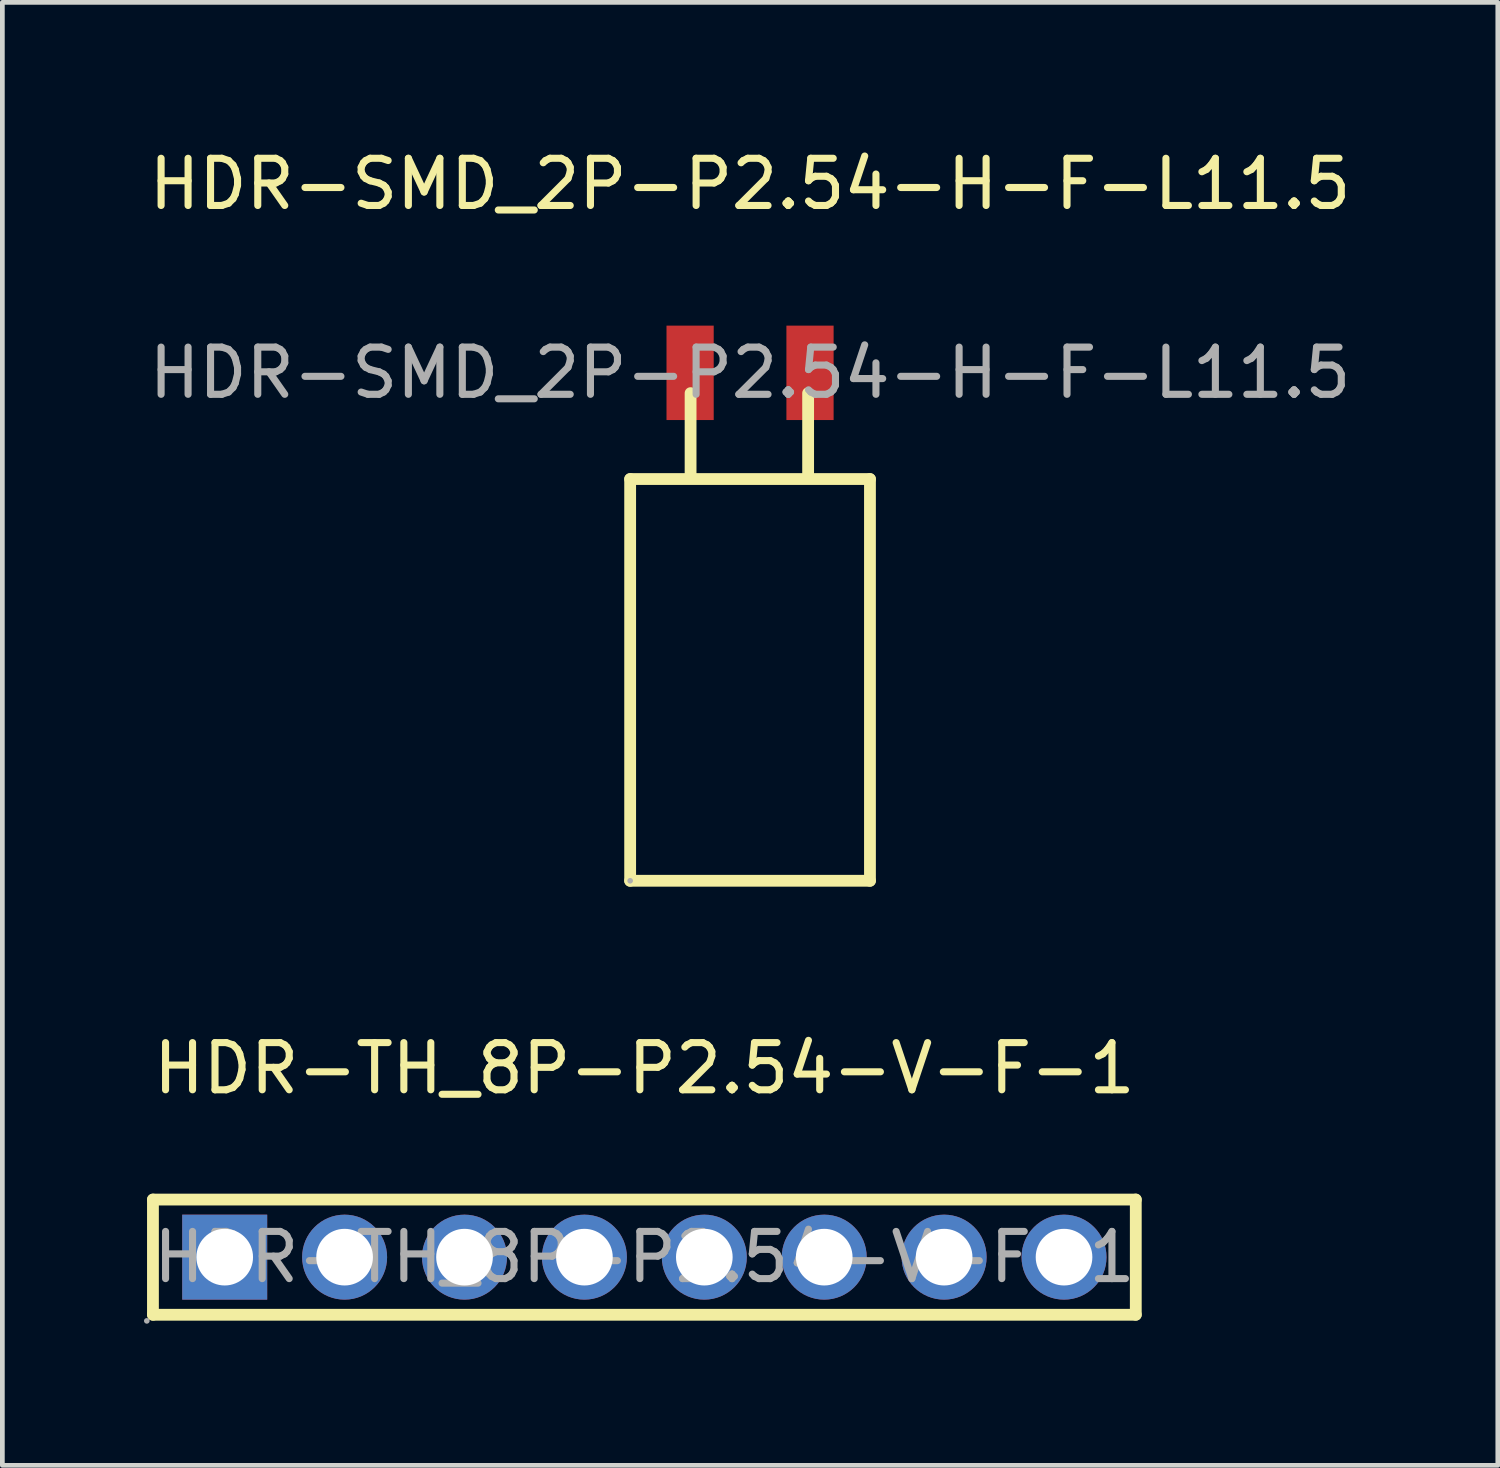
<source format=kicad_pcb>
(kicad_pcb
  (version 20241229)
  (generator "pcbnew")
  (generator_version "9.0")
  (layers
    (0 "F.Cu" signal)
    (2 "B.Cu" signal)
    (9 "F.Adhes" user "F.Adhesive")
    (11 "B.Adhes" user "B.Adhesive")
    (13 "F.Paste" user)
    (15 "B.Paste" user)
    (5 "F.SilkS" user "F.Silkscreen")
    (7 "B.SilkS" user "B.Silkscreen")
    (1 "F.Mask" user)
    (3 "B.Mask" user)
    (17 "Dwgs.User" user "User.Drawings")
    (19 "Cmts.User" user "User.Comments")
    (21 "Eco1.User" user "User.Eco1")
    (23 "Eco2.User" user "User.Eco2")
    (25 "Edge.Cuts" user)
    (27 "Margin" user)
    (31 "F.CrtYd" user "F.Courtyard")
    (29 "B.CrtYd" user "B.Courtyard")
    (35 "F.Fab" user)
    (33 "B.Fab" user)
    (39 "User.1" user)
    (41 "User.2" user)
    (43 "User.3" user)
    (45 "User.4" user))
  (footprint "HDR-TH_8P-P2.54-V-F-1"
    (layer "F.Cu")
    (at 10.6 23.581)
    (property "Reference" "HDR-TH_8P-P2.54-V-F-1" (at 0 -4 0) (layer "F.SilkS") (effects (font (size 1 1) (thickness 0.15))))
    (attr through_hole)
    (fp_line (start -10.41 -1.22) (end 10.41 -1.22) (stroke (width 0.25) (type solid)) (layer "F.SilkS"))
    (fp_line (start -10.41 1.22) (end -10.41 -1.22) (stroke (width 0.25) (type solid)) (layer "F.SilkS"))
    (fp_line (start 10.41 -1.22) (end 10.41 1.22) (stroke (width 0.25) (type solid)) (layer "F.SilkS"))
    (fp_line (start 10.41 1.22) (end -10.41 1.22) (stroke (width 0.25) (type solid)) (layer "F.SilkS"))
    (fp_circle (center -10.54 1.35) (end -10.51 1.35) (stroke (width 0.06) (type solid)) (fill no) (layer "F.Fab"))
    (fp_circle (center -8.89 0) (end -8.64 0) (stroke (width 0.5) (type solid)) (fill no) (layer "F.Fab"))
    (fp_circle (center -6.35 0) (end -6.1 0) (stroke (width 0.5) (type solid)) (fill no) (layer "F.Fab"))
    (fp_circle (center -3.81 0) (end -3.56 0) (stroke (width 0.5) (type solid)) (fill no) (layer "F.Fab"))
    (fp_circle (center -1.27 0) (end -1.02 0) (stroke (width 0.5) (type solid)) (fill no) (layer "F.Fab"))
    (fp_circle (center 1.27 0) (end 1.52 0) (stroke (width 0.5) (type solid)) (fill no) (layer "F.Fab"))
    (fp_circle (center 3.81 0) (end 4.06 0) (stroke (width 0.5) (type solid)) (fill no) (layer "F.Fab"))
    (fp_circle (center 6.35 0) (end 6.6 0) (stroke (width 0.5) (type solid)) (fill no) (layer "F.Fab"))
    (fp_circle (center 8.89 0) (end 9.14 0) (stroke (width 0.5) (type solid)) (fill no) (layer "F.Fab"))
    (fp_text user "${REFERENCE}" (at 0 0 0) (layer "F.Fab") (effects (font (size 1 1) (thickness 0.15))))
    (pad "1" thru_hole rect (at -8.89 0) (size 1.8 1.8) (drill 1.2) (layers "*.Cu" "*.Mask"))
    (pad "2" thru_hole circle (at -6.35 0) (size 1.8 1.8) (drill 1.2) (layers "*.Cu" "*.Mask"))
    (pad "3" thru_hole circle (at -3.81 0) (size 1.8 1.8) (drill 1.2) (layers "*.Cu" "*.Mask"))
    (pad "4" thru_hole circle (at -1.27 0) (size 1.8 1.8) (drill 1.2) (layers "*.Cu" "*.Mask"))
    (pad "5" thru_hole circle (at 1.27 0) (size 1.8 1.8) (drill 1.2) (layers "*.Cu" "*.Mask"))
    (pad "6" thru_hole circle (at 3.81 0) (size 1.8 1.8) (drill 1.2) (layers "*.Cu" "*.Mask"))
    (pad "7" thru_hole circle (at 6.35 0) (size 1.8 1.8) (drill 1.2) (layers "*.Cu" "*.Mask"))
    (pad "8" thru_hole circle (at 8.89 0) (size 1.8 1.8) (drill 1.2) (layers "*.Cu" "*.Mask")))
  (footprint "HDR-SMD_2P-P2.54-H-F-L11.5"
    (layer "F.Cu")
    (at 12.839 4.848)
    (property "Reference" "HDR-SMD_2P-P2.54-H-F-L11.5" (at 0 -4 0) (layer "F.SilkS") (effects (font (size 1 1) (thickness 0.15))))
    (attr smd)
    (fp_line (start -2.54 2.25) (end -2.54 10.76) (stroke (width 0.25) (type solid)) (layer "F.SilkS"))
    (fp_line (start -2.54 10.76) (end 2.54 10.76) (stroke (width 0.25) (type solid)) (layer "F.SilkS"))
    (fp_line (start -1.26 2.2) (end -1.26 0.43) (stroke (width 0.25) (type solid)) (layer "F.SilkS"))
    (fp_line (start 1.23 2.2) (end 1.23 0.43) (stroke (width 0.25) (type solid)) (layer "F.SilkS"))
    (fp_line (start 2.54 2.25) (end -2.54 2.25) (stroke (width 0.25) (type solid)) (layer "F.SilkS"))
    (fp_line (start 2.54 10.76) (end 2.54 2.25) (stroke (width 0.25) (type solid)) (layer "F.SilkS"))
    (fp_circle (center -2.54 10.76) (end -2.51 10.76) (stroke (width 0.06) (type solid)) (fill no) (layer "F.Fab"))
    (fp_text user "${REFERENCE}" (at 0 0 0) (layer "F.Fab") (effects (font (size 1 1) (thickness 0.15))))
    (pad "1" smd rect (at -1.27 0) (size 1 2) (layers "F.Cu" "F.Mask" "F.Paste"))
    (pad "2" smd rect (at 1.27 0) (size 1 2) (layers "F.Cu" "F.Mask" "F.Paste")))
  (gr_rect
    (start -3 -3)
    (end 28.679 27.991)
    (stroke (width 0.1) (type default))
    (fill no)
    (layer "Edge.Cuts")))
</source>
